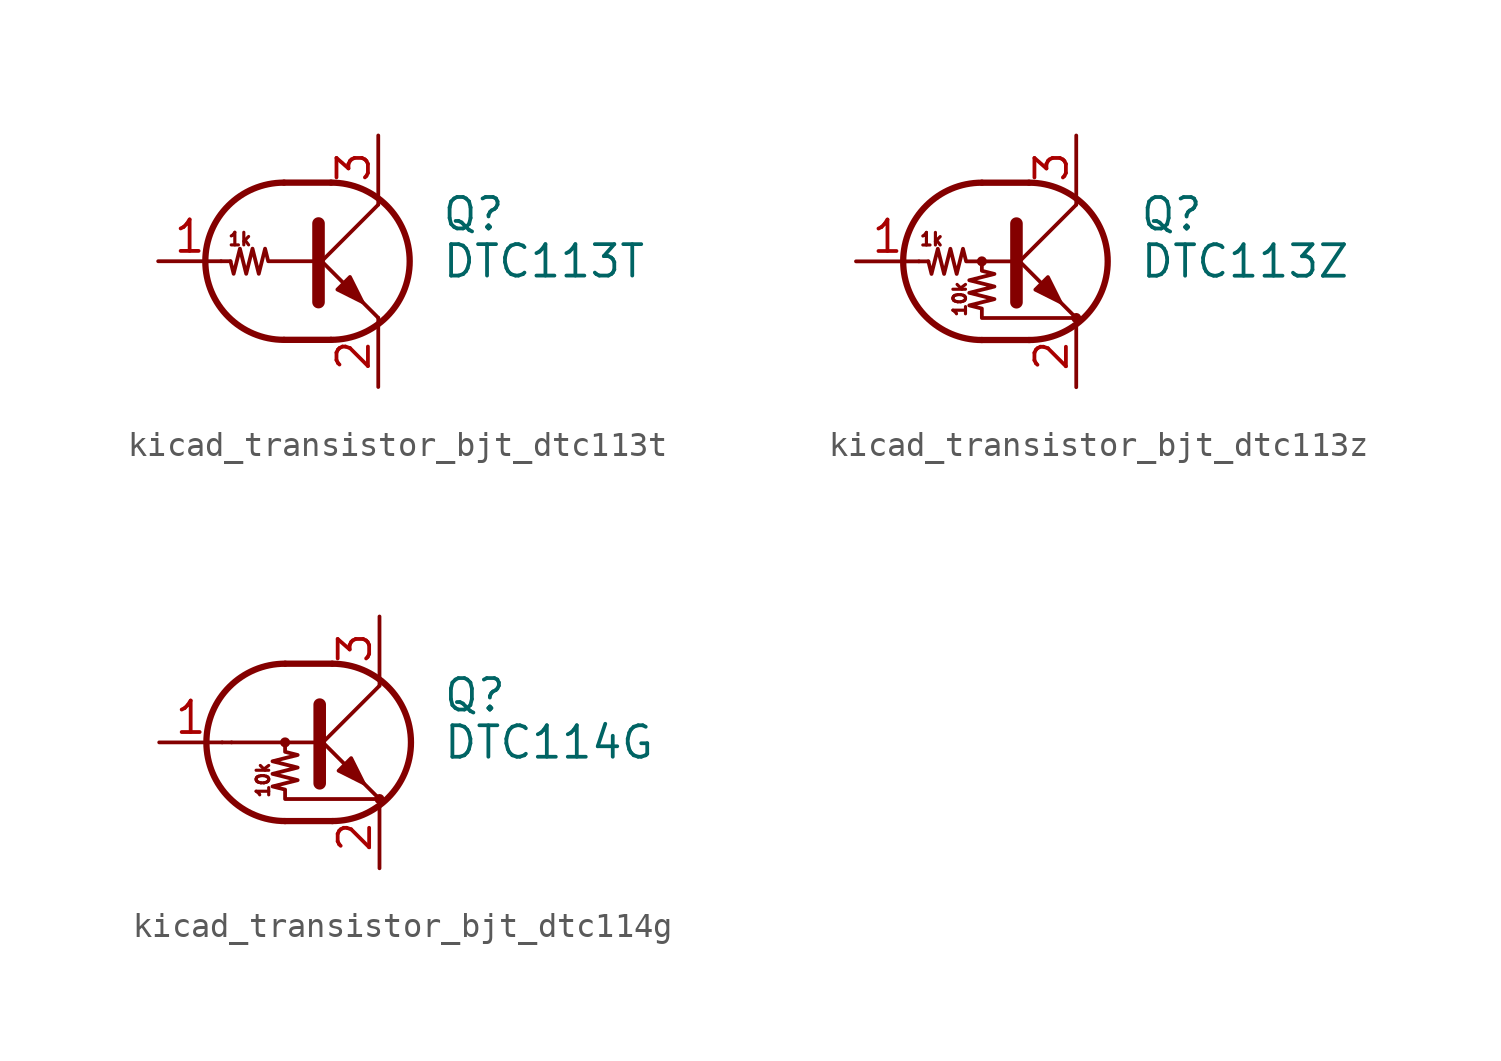
<source format=kicad_sym>
(kicad_symbol_lib
  (version 20220914)
  (generator kicad_symbol_editor)
  (symbol "kicad_transistor_bjt_dtc113t"
    (pin_names
      (offset 0) hide)
    (property "Reference" "Q"
      (at 5.08 1.905 0)
      (effects (font (size 1.27 1.27)) (justify left)))
    (property "Value" "DTC113T"
      (at 5.08 0 0)
      (effects (font (size 1.27 1.27)) (justify left)))
    (symbol "kicad_transistor_bjt_dtc113t_0_0"
      (polyline (pts (xy 2.54 -2.286) (xy 2.54 -2.54)) (stroke (width 0) (type default)) (fill (type none)))
      (text "1k" (at -3.048 0.889 0) (effects (font (size 0.508 0.508)))))
    (symbol "kicad_transistor_bjt_dtc113t_0_1"
      (arc (start -1.27 3.175) (mid -4.4312 0) (end -1.27 -3.175) (stroke (width 0.254) (type default)) (fill (type none)))
      (polyline (pts (xy -3.429 0) (xy -3.81 0)) (stroke (width 0) (type default)) (fill (type none)))
      (polyline (pts (xy -1.27 -3.175) (xy 0.635 -3.175)) (stroke (width 0.254) (type default)) (fill (type none)))
      (polyline (pts (xy -1.27 3.175) (xy 0.635 3.175)) (stroke (width 0.254) (type default)) (fill (type none)))
      (polyline (pts (xy 0 -0.254) (xy 2.54 2.286)) (stroke (width 0) (type default)) (fill (type none)))
      (polyline (pts (xy 0.127 1.524) (xy 0.127 -1.651)) (stroke (width 0.508) (type default)) (fill (type outline)))
      (polyline (pts (xy 2.54 2.286) (xy 2.54 2.54)) (stroke (width 0) (type default)) (fill (type none)))
      (polyline (pts (xy 2.54 -2.286) (xy 0 0.254) (xy 0 0.254)) (stroke (width 0) (type default)) (fill (type none)))
      (polyline (pts (xy 0.889 -1.143) (xy 1.397 -0.635) (xy 1.905 -1.651) (xy 0.889 -1.143)) (stroke (width 0) (type default)) (fill (type outline)))
      (polyline (pts (xy 0 0) (xy -1.905 0) (xy -2.032 0.508) (xy -2.286 -0.508) (xy -2.54 0.508) (xy -2.794 -0.508) (xy -3.048 0.508) (xy -3.302 -0.508) (xy -3.429 0)) (stroke (width 0) (type default)) (fill (type none)))
      (arc (start 0.635 -3.175) (mid 3.7962 0) (end 0.635 3.175) (stroke (width 0.254) (type default)) (fill (type none))))
    (symbol "kicad_transistor_bjt_dtc113t_1_1"
      (pin input line (at -6.35 0 0) (length 2.54) (name "B" (effects (font (size 1.27 1.27)))) (number "1" (effects (font (size 1.27 1.27)))))
      (pin passive line (at 2.54 -5.08 90) (length 2.54) (name "E" (effects (font (size 1.27 1.27)))) (number "2" (effects (font (size 1.27 1.27)))))
      (pin passive line (at 2.54 5.08 270) (length 2.54) (name "C" (effects (font (size 1.27 1.27)))) (number "3" (effects (font (size 1.27 1.27)))))))
  (symbol "kicad_transistor_bjt_dtc113z"
    (pin_names
      (offset 0) hide)
    (property "Reference" "Q"
      (at 5.08 1.905 0)
      (effects (font (size 1.27 1.27)) (justify left)))
    (property "Value" "DTC113Z"
      (at 5.08 0 0)
      (effects (font (size 1.27 1.27)) (justify left)))
    (symbol "kicad_transistor_bjt_dtc113z_0_0"
      (text "10k" (at -2.159 -1.524 900) (effects (font (size 0.508 0.508))))
      (text "1k" (at -3.302 0.889 0) (effects (font (size 0.508 0.508)))))
    (symbol "kicad_transistor_bjt_dtc113z_0_1"
      (circle (center -1.27 0) (radius 0.127) (stroke (width 0) (type default)) (fill (type none)))
      (arc (start -1.27 3.175) (mid -4.4312 0) (end -1.27 -3.175) (stroke (width 0.254) (type default)) (fill (type none)))
      (polyline (pts (xy -3.429 0) (xy -3.81 0)) (stroke (width 0) (type default)) (fill (type none)))
      (polyline (pts (xy -1.27 -3.175) (xy 0.635 -3.175)) (stroke (width 0.254) (type default)) (fill (type none)))
      (polyline (pts (xy -1.27 3.175) (xy 0.635 3.175)) (stroke (width 0.254) (type default)) (fill (type none)))
      (polyline (pts (xy 0 -0.254) (xy 2.54 2.286)) (stroke (width 0) (type default)) (fill (type none)))
      (polyline (pts (xy 0.127 1.524) (xy 0.127 -1.651)) (stroke (width 0.508) (type default)) (fill (type outline)))
      (polyline (pts (xy 2.54 2.286) (xy 2.54 2.54)) (stroke (width 0) (type default)) (fill (type none)))
      (polyline (pts (xy 2.54 -2.286) (xy 0 0.254) (xy 0 0.254)) (stroke (width 0) (type default)) (fill (type none)))
      (polyline (pts (xy 0.889 -1.143) (xy 1.397 -0.635) (xy 1.905 -1.651) (xy 0.889 -1.143)) (stroke (width 0) (type default)) (fill (type outline)))
      (polyline (pts (xy 0 0) (xy -1.905 0) (xy -2.032 0.508) (xy -2.286 -0.508) (xy -2.54 0.508) (xy -2.794 -0.508) (xy -3.048 0.508) (xy -3.302 -0.508) (xy -3.429 0)) (stroke (width 0) (type default)) (fill (type none)))
      (polyline (pts (xy -1.27 0) (xy -1.27 -0.381) (xy -0.762 -0.508) (xy -1.778 -0.762) (xy -0.762 -1.016) (xy -1.778 -1.27) (xy -0.762 -1.524) (xy -1.778 -1.778) (xy -1.27 -1.905) (xy -1.27 -2.286) (xy 2.54 -2.286)) (stroke (width 0) (type default)) (fill (type none)))
      (arc (start 0.635 -3.175) (mid 3.7962 0) (end 0.635 3.175) (stroke (width 0.254) (type default)) (fill (type none)))
      (circle (center 2.54 -2.286) (radius 0.127) (stroke (width 0) (type default)) (fill (type none))))
    (symbol "kicad_transistor_bjt_dtc113z_1_1"
      (pin input line (at -6.35 0 0) (length 2.54) (name "B" (effects (font (size 1.27 1.27)))) (number "1" (effects (font (size 1.27 1.27)))))
      (pin passive line (at 2.54 -5.08 90) (length 2.54) (name "E" (effects (font (size 1.27 1.27)))) (number "2" (effects (font (size 1.27 1.27)))))
      (pin passive line (at 2.54 5.08 270) (length 2.54) (name "C" (effects (font (size 1.27 1.27)))) (number "3" (effects (font (size 1.27 1.27)))))))
  (symbol "kicad_transistor_bjt_dtc114g"
    (pin_names
      (offset 0) hide)
    (property "Reference" "Q"
      (at 5.08 1.905 0)
      (effects (font (size 1.27 1.27)) (justify left)))
    (property "Value" "DTC114G"
      (at 5.08 0 0)
      (effects (font (size 1.27 1.27)) (justify left)))
    (symbol "kicad_transistor_bjt_dtc114g_0_0"
      (polyline (pts (xy -3.429 0) (xy 0 0)) (stroke (width 0) (type default)) (fill (type none)))
      (text "10k" (at -2.159 -1.524 900) (effects (font (size 0.508 0.508)))))
    (symbol "kicad_transistor_bjt_dtc114g_0_1"
      (circle (center -1.27 0) (radius 0.127) (stroke (width 0) (type default)) (fill (type none)))
      (arc (start -1.27 3.175) (mid -4.4312 0) (end -1.27 -3.175) (stroke (width 0.254) (type default)) (fill (type none)))
      (polyline (pts (xy -3.429 0) (xy -3.81 0)) (stroke (width 0) (type default)) (fill (type none)))
      (polyline (pts (xy -1.27 -3.175) (xy 0.635 -3.175)) (stroke (width 0.254) (type default)) (fill (type none)))
      (polyline (pts (xy -1.27 3.175) (xy 0.635 3.175)) (stroke (width 0.254) (type default)) (fill (type none)))
      (polyline (pts (xy 0 -0.254) (xy 2.54 2.286)) (stroke (width 0) (type default)) (fill (type none)))
      (polyline (pts (xy 0.127 1.524) (xy 0.127 -1.651)) (stroke (width 0.508) (type default)) (fill (type outline)))
      (polyline (pts (xy 2.54 2.286) (xy 2.54 2.54)) (stroke (width 0) (type default)) (fill (type none)))
      (polyline (pts (xy 2.54 -2.286) (xy 0 0.254) (xy 0 0.254)) (stroke (width 0) (type default)) (fill (type none)))
      (polyline (pts (xy 0.889 -1.143) (xy 1.397 -0.635) (xy 1.905 -1.651) (xy 0.889 -1.143)) (stroke (width 0) (type default)) (fill (type outline)))
      (polyline (pts (xy -1.27 0) (xy -1.27 -0.381) (xy -0.762 -0.508) (xy -1.778 -0.762) (xy -0.762 -1.016) (xy -1.778 -1.27) (xy -0.762 -1.524) (xy -1.778 -1.778) (xy -1.27 -1.905) (xy -1.27 -2.286) (xy 2.54 -2.286)) (stroke (width 0) (type default)) (fill (type none)))
      (arc (start 0.635 -3.175) (mid 3.7962 0) (end 0.635 3.175) (stroke (width 0.254) (type default)) (fill (type none)))
      (circle (center 2.54 -2.286) (radius 0.127) (stroke (width 0) (type default)) (fill (type none))))
    (symbol "kicad_transistor_bjt_dtc114g_1_1"
      (pin input line (at -6.35 0 0) (length 2.54) (name "B" (effects (font (size 1.27 1.27)))) (number "1" (effects (font (size 1.27 1.27)))))
      (pin passive line (at 2.54 -5.08 90) (length 2.54) (name "E" (effects (font (size 1.27 1.27)))) (number "2" (effects (font (size 1.27 1.27)))))
      (pin passive line (at 2.54 5.08 270) (length 2.54) (name "C" (effects (font (size 1.27 1.27)))) (number "3" (effects (font (size 1.27 1.27))))))))
</source>
